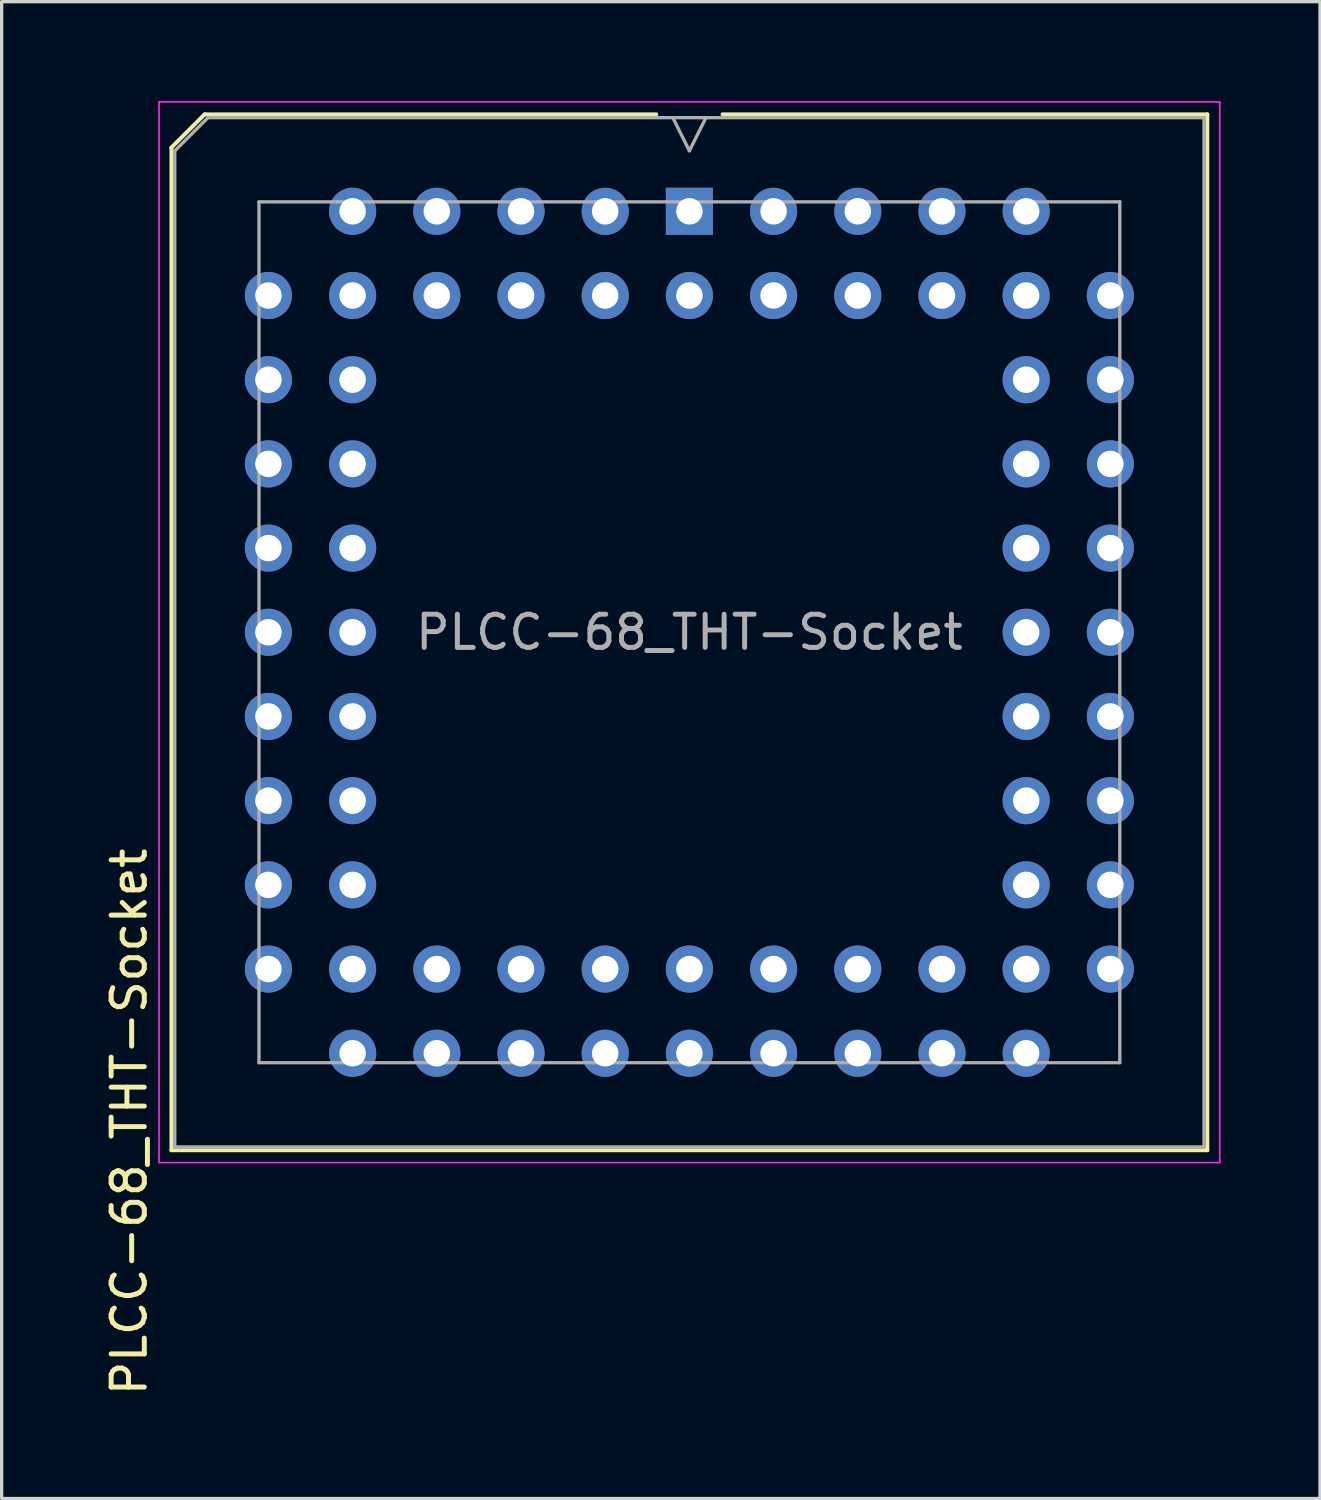
<source format=kicad_pcb>
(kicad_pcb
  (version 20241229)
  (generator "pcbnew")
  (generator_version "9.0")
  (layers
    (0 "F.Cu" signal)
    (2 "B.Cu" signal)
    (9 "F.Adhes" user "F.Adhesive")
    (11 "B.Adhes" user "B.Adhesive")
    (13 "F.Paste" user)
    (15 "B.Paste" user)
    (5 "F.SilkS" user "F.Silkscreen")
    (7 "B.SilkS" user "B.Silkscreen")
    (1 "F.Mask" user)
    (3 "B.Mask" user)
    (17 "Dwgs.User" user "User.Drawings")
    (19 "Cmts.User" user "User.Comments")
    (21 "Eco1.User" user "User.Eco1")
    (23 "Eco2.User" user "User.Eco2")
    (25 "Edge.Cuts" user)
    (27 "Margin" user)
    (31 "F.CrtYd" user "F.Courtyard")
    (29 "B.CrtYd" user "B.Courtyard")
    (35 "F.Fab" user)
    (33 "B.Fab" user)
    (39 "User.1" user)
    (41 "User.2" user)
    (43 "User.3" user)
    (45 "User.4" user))
  (footprint "PLCC-68_THT-Socket"
    (layer "F.Cu")
    (at 17.748 3.325)
    (property "Reference" "PLCC-68_THT-Socket" (at -16.9 27.47 90) (layer "F.SilkS") (effects (font (size 1 1) (thickness 0.15))))
    (attr through_hole)
    (fp_line (start -15.625 -1.925) (end -15.625 28.325) (stroke (width 0.12) (type solid)) (layer "F.SilkS"))
    (fp_line (start -15.625 28.325) (end 15.625 28.325) (stroke (width 0.12) (type solid)) (layer "F.SilkS"))
    (fp_line (start -14.625 -2.925) (end -15.625 -1.925) (stroke (width 0.12) (type solid)) (layer "F.SilkS"))
    (fp_line (start -1 -2.925) (end -14.625 -2.925) (stroke (width 0.12) (type solid)) (layer "F.SilkS"))
    (fp_line (start 15.625 -2.925) (end 1 -2.925) (stroke (width 0.12) (type solid)) (layer "F.SilkS"))
    (fp_line (start 15.625 28.325) (end 15.625 -2.925) (stroke (width 0.12) (type solid)) (layer "F.SilkS"))
    (fp_line (start -16 -3.3) (end -16 28.7) (stroke (width 0.05) (type solid)) (layer "F.CrtYd"))
    (fp_line (start -16 28.7) (end 16 28.7) (stroke (width 0.05) (type solid)) (layer "F.CrtYd"))
    (fp_line (start 16 -3.3) (end -16 -3.3) (stroke (width 0.05) (type solid)) (layer "F.CrtYd"))
    (fp_line (start 16 28.7) (end 16 -3.3) (stroke (width 0.05) (type solid)) (layer "F.CrtYd"))
    (fp_line (start -15.525 -1.825) (end -15.525 28.225) (stroke (width 0.1) (type solid)) (layer "F.Fab"))
    (fp_line (start -15.525 28.225) (end 15.525 28.225) (stroke (width 0.1) (type solid)) (layer "F.Fab"))
    (fp_line (start -14.525 -2.825) (end -15.525 -1.825) (stroke (width 0.1) (type solid)) (layer "F.Fab"))
    (fp_line (start -12.985 -0.285) (end -12.985 25.685) (stroke (width 0.1) (type solid)) (layer "F.Fab"))
    (fp_line (start -12.985 25.685) (end 12.985 25.685) (stroke (width 0.1) (type solid)) (layer "F.Fab"))
    (fp_line (start -0.5 -2.825) (end 0 -1.825) (stroke (width 0.1) (type solid)) (layer "F.Fab"))
    (fp_line (start 0 -1.825) (end 0.5 -2.825) (stroke (width 0.1) (type solid)) (layer "F.Fab"))
    (fp_line (start 12.985 -0.285) (end -12.985 -0.285) (stroke (width 0.1) (type solid)) (layer "F.Fab"))
    (fp_line (start 12.985 25.685) (end 12.985 -0.285) (stroke (width 0.1) (type solid)) (layer "F.Fab"))
    (fp_line (start 15.525 -2.825) (end -14.525 -2.825) (stroke (width 0.1) (type solid)) (layer "F.Fab"))
    (fp_line (start 15.525 28.225) (end 15.525 -2.825) (stroke (width 0.1) (type solid)) (layer "F.Fab"))
    (fp_text user "${REFERENCE}" (at 0 12.7 0) (layer "F.Fab") (effects (font (size 1 1) (thickness 0.15))))
    (pad "1" thru_hole rect (at 0 0) (size 1.422 1.422) (drill 0.8) (layers "*.Cu" "*.Mask"))
    (pad "2" thru_hole circle (at 0 2.54) (size 1.422 1.422) (drill 0.8) (layers "*.Cu" "*.Mask"))
    (pad "3" thru_hole circle (at -2.54 0) (size 1.422 1.422) (drill 0.8) (layers "*.Cu" "*.Mask"))
    (pad "4" thru_hole circle (at -2.54 2.54) (size 1.422 1.422) (drill 0.8) (layers "*.Cu" "*.Mask"))
    (pad "5" thru_hole circle (at -5.08 0) (size 1.422 1.422) (drill 0.8) (layers "*.Cu" "*.Mask"))
    (pad "6" thru_hole circle (at -5.08 2.54) (size 1.422 1.422) (drill 0.8) (layers "*.Cu" "*.Mask"))
    (pad "7" thru_hole circle (at -7.62 0) (size 1.422 1.422) (drill 0.8) (layers "*.Cu" "*.Mask"))
    (pad "8" thru_hole circle (at -7.62 2.54) (size 1.422 1.422) (drill 0.8) (layers "*.Cu" "*.Mask"))
    (pad "9" thru_hole circle (at -10.16 0) (size 1.422 1.422) (drill 0.8) (layers "*.Cu" "*.Mask"))
    (pad "10" thru_hole circle (at -12.7 2.54) (size 1.422 1.422) (drill 0.8) (layers "*.Cu" "*.Mask"))
    (pad "11" thru_hole circle (at -10.16 2.54) (size 1.422 1.422) (drill 0.8) (layers "*.Cu" "*.Mask"))
    (pad "12" thru_hole circle (at -12.7 5.08) (size 1.422 1.422) (drill 0.8) (layers "*.Cu" "*.Mask"))
    (pad "13" thru_hole circle (at -10.16 5.08) (size 1.422 1.422) (drill 0.8) (layers "*.Cu" "*.Mask"))
    (pad "14" thru_hole circle (at -12.7 7.62) (size 1.422 1.422) (drill 0.8) (layers "*.Cu" "*.Mask"))
    (pad "15" thru_hole circle (at -10.16 7.62) (size 1.422 1.422) (drill 0.8) (layers "*.Cu" "*.Mask"))
    (pad "16" thru_hole circle (at -12.7 10.16) (size 1.422 1.422) (drill 0.8) (layers "*.Cu" "*.Mask"))
    (pad "17" thru_hole circle (at -10.16 10.16) (size 1.422 1.422) (drill 0.8) (layers "*.Cu" "*.Mask"))
    (pad "18" thru_hole circle (at -12.7 12.7) (size 1.422 1.422) (drill 0.8) (layers "*.Cu" "*.Mask"))
    (pad "19" thru_hole circle (at -10.16 12.7) (size 1.422 1.422) (drill 0.8) (layers "*.Cu" "*.Mask"))
    (pad "20" thru_hole circle (at -12.7 15.24) (size 1.422 1.422) (drill 0.8) (layers "*.Cu" "*.Mask"))
    (pad "21" thru_hole circle (at -10.16 15.24) (size 1.422 1.422) (drill 0.8) (layers "*.Cu" "*.Mask"))
    (pad "22" thru_hole circle (at -12.7 17.78) (size 1.422 1.422) (drill 0.8) (layers "*.Cu" "*.Mask"))
    (pad "23" thru_hole circle (at -10.16 17.78) (size 1.422 1.422) (drill 0.8) (layers "*.Cu" "*.Mask"))
    (pad "24" thru_hole circle (at -12.7 20.32) (size 1.422 1.422) (drill 0.8) (layers "*.Cu" "*.Mask"))
    (pad "25" thru_hole circle (at -10.16 20.32) (size 1.422 1.422) (drill 0.8) (layers "*.Cu" "*.Mask"))
    (pad "26" thru_hole circle (at -12.7 22.86) (size 1.422 1.422) (drill 0.8) (layers "*.Cu" "*.Mask"))
    (pad "27" thru_hole circle (at -10.16 25.4) (size 1.422 1.422) (drill 0.8) (layers "*.Cu" "*.Mask"))
    (pad "28" thru_hole circle (at -10.16 22.86) (size 1.422 1.422) (drill 0.8) (layers "*.Cu" "*.Mask"))
    (pad "29" thru_hole circle (at -7.62 25.4) (size 1.422 1.422) (drill 0.8) (layers "*.Cu" "*.Mask"))
    (pad "30" thru_hole circle (at -7.62 22.86) (size 1.422 1.422) (drill 0.8) (layers "*.Cu" "*.Mask"))
    (pad "31" thru_hole circle (at -5.08 25.4) (size 1.422 1.422) (drill 0.8) (layers "*.Cu" "*.Mask"))
    (pad "32" thru_hole circle (at -5.08 22.86) (size 1.422 1.422) (drill 0.8) (layers "*.Cu" "*.Mask"))
    (pad "33" thru_hole circle (at -2.54 25.4) (size 1.422 1.422) (drill 0.8) (layers "*.Cu" "*.Mask"))
    (pad "34" thru_hole circle (at -2.54 22.86) (size 1.422 1.422) (drill 0.8) (layers "*.Cu" "*.Mask"))
    (pad "35" thru_hole circle (at 0 25.4) (size 1.422 1.422) (drill 0.8) (layers "*.Cu" "*.Mask"))
    (pad "36" thru_hole circle (at 0 22.86) (size 1.422 1.422) (drill 0.8) (layers "*.Cu" "*.Mask"))
    (pad "37" thru_hole circle (at 2.54 25.4) (size 1.422 1.422) (drill 0.8) (layers "*.Cu" "*.Mask"))
    (pad "38" thru_hole circle (at 2.54 22.86) (size 1.422 1.422) (drill 0.8) (layers "*.Cu" "*.Mask"))
    (pad "39" thru_hole circle (at 5.08 25.4) (size 1.422 1.422) (drill 0.8) (layers "*.Cu" "*.Mask"))
    (pad "40" thru_hole circle (at 5.08 22.86) (size 1.422 1.422) (drill 0.8) (layers "*.Cu" "*.Mask"))
    (pad "41" thru_hole circle (at 7.62 25.4) (size 1.422 1.422) (drill 0.8) (layers "*.Cu" "*.Mask"))
    (pad "42" thru_hole circle (at 7.62 22.86) (size 1.422 1.422) (drill 0.8) (layers "*.Cu" "*.Mask"))
    (pad "43" thru_hole circle (at 10.16 25.4) (size 1.422 1.422) (drill 0.8) (layers "*.Cu" "*.Mask"))
    (pad "44" thru_hole circle (at 12.7 22.86) (size 1.422 1.422) (drill 0.8) (layers "*.Cu" "*.Mask"))
    (pad "45" thru_hole circle (at 10.16 22.86) (size 1.422 1.422) (drill 0.8) (layers "*.Cu" "*.Mask"))
    (pad "46" thru_hole circle (at 12.7 20.32) (size 1.422 1.422) (drill 0.8) (layers "*.Cu" "*.Mask"))
    (pad "47" thru_hole circle (at 10.16 20.32) (size 1.422 1.422) (drill 0.8) (layers "*.Cu" "*.Mask"))
    (pad "48" thru_hole circle (at 12.7 17.78) (size 1.422 1.422) (drill 0.8) (layers "*.Cu" "*.Mask"))
    (pad "49" thru_hole circle (at 10.16 17.78) (size 1.422 1.422) (drill 0.8) (layers "*.Cu" "*.Mask"))
    (pad "50" thru_hole circle (at 12.7 15.24) (size 1.422 1.422) (drill 0.8) (layers "*.Cu" "*.Mask"))
    (pad "51" thru_hole circle (at 10.16 15.24) (size 1.422 1.422) (drill 0.8) (layers "*.Cu" "*.Mask"))
    (pad "52" thru_hole circle (at 12.7 12.7) (size 1.422 1.422) (drill 0.8) (layers "*.Cu" "*.Mask"))
    (pad "53" thru_hole circle (at 10.16 12.7) (size 1.422 1.422) (drill 0.8) (layers "*.Cu" "*.Mask"))
    (pad "54" thru_hole circle (at 12.7 10.16) (size 1.422 1.422) (drill 0.8) (layers "*.Cu" "*.Mask"))
    (pad "55" thru_hole circle (at 10.16 10.16) (size 1.422 1.422) (drill 0.8) (layers "*.Cu" "*.Mask"))
    (pad "56" thru_hole circle (at 12.7 7.62) (size 1.422 1.422) (drill 0.8) (layers "*.Cu" "*.Mask"))
    (pad "57" thru_hole circle (at 10.16 7.62) (size 1.422 1.422) (drill 0.8) (layers "*.Cu" "*.Mask"))
    (pad "58" thru_hole circle (at 12.7 5.08) (size 1.422 1.422) (drill 0.8) (layers "*.Cu" "*.Mask"))
    (pad "59" thru_hole circle (at 10.16 5.08) (size 1.422 1.422) (drill 0.8) (layers "*.Cu" "*.Mask"))
    (pad "60" thru_hole circle (at 12.7 2.54) (size 1.422 1.422) (drill 0.8) (layers "*.Cu" "*.Mask"))
    (pad "61" thru_hole circle (at 10.16 0) (size 1.422 1.422) (drill 0.8) (layers "*.Cu" "*.Mask"))
    (pad "62" thru_hole circle (at 10.16 2.54) (size 1.422 1.422) (drill 0.8) (layers "*.Cu" "*.Mask"))
    (pad "63" thru_hole circle (at 7.62 0) (size 1.422 1.422) (drill 0.8) (layers "*.Cu" "*.Mask"))
    (pad "64" thru_hole circle (at 7.62 2.54) (size 1.422 1.422) (drill 0.8) (layers "*.Cu" "*.Mask"))
    (pad "65" thru_hole circle (at 5.08 0) (size 1.422 1.422) (drill 0.8) (layers "*.Cu" "*.Mask"))
    (pad "66" thru_hole circle (at 5.08 2.54) (size 1.422 1.422) (drill 0.8) (layers "*.Cu" "*.Mask"))
    (pad "67" thru_hole circle (at 2.54 0) (size 1.422 1.422) (drill 0.8) (layers "*.Cu" "*.Mask"))
    (pad "68" thru_hole circle (at 2.54 2.54) (size 1.422 1.422) (drill 0.8) (layers "*.Cu" "*.Mask")))
  (gr_rect
    (start -3 -3)
    (end 36.773 42.158)
    (stroke (width 0.1) (type default))
    (fill no)
    (layer "Edge.Cuts")))
</source>
